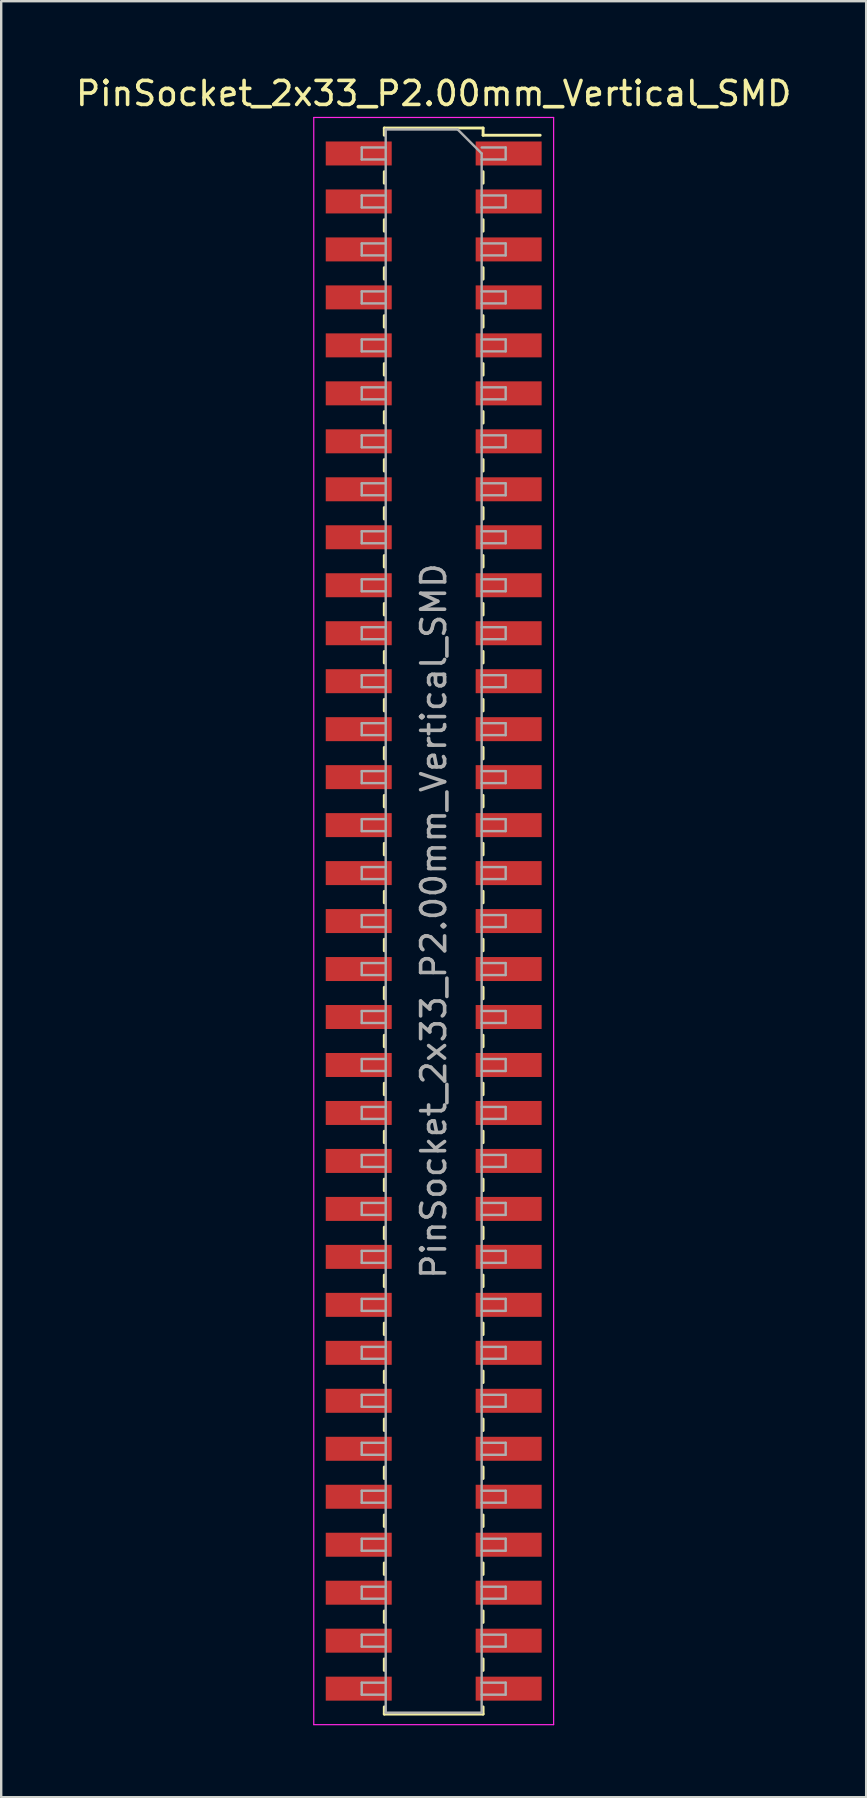
<source format=kicad_pcb>
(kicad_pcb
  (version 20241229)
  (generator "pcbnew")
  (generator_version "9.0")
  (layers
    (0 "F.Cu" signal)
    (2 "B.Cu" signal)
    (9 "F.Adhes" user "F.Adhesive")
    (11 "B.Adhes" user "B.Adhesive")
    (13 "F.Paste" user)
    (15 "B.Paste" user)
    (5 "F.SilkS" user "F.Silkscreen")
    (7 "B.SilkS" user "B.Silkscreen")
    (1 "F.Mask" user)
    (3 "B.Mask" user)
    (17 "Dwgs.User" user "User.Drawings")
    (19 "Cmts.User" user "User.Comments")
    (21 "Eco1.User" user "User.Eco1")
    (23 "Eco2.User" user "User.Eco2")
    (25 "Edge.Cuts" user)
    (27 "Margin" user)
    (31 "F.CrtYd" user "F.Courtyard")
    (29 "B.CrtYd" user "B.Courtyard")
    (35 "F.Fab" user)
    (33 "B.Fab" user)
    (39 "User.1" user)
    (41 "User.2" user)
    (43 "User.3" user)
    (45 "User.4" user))
  (footprint "PinSocket_2x33_P2.00mm_Vertical_SMD"
    (layer "F.Cu")
    (at 15.03 35.348)
    (property "Reference" "PinSocket_2x33_P2.00mm_Vertical_SMD" (at 0 -34.5 0) (layer "F.SilkS") (effects (font (size 1 1) (thickness 0.15))))
    (attr smd)
    (fp_line (start -2.06 -33.06) (end -2.06 -32.76) (stroke (width 0.12) (type solid)) (layer "F.SilkS"))
    (fp_line (start -2.06 -33.06) (end 2.06 -33.06) (stroke (width 0.12) (type solid)) (layer "F.SilkS"))
    (fp_line (start -2.06 -31.24) (end -2.06 -30.76) (stroke (width 0.12) (type solid)) (layer "F.SilkS"))
    (fp_line (start -2.06 -29.24) (end -2.06 -28.76) (stroke (width 0.12) (type solid)) (layer "F.SilkS"))
    (fp_line (start -2.06 -27.24) (end -2.06 -26.76) (stroke (width 0.12) (type solid)) (layer "F.SilkS"))
    (fp_line (start -2.06 -25.24) (end -2.06 -24.76) (stroke (width 0.12) (type solid)) (layer "F.SilkS"))
    (fp_line (start -2.06 -23.24) (end -2.06 -22.76) (stroke (width 0.12) (type solid)) (layer "F.SilkS"))
    (fp_line (start -2.06 -21.24) (end -2.06 -20.76) (stroke (width 0.12) (type solid)) (layer "F.SilkS"))
    (fp_line (start -2.06 -19.24) (end -2.06 -18.76) (stroke (width 0.12) (type solid)) (layer "F.SilkS"))
    (fp_line (start -2.06 -17.24) (end -2.06 -16.76) (stroke (width 0.12) (type solid)) (layer "F.SilkS"))
    (fp_line (start -2.06 -15.24) (end -2.06 -14.76) (stroke (width 0.12) (type solid)) (layer "F.SilkS"))
    (fp_line (start -2.06 -13.24) (end -2.06 -12.76) (stroke (width 0.12) (type solid)) (layer "F.SilkS"))
    (fp_line (start -2.06 -11.24) (end -2.06 -10.76) (stroke (width 0.12) (type solid)) (layer "F.SilkS"))
    (fp_line (start -2.06 -9.24) (end -2.06 -8.76) (stroke (width 0.12) (type solid)) (layer "F.SilkS"))
    (fp_line (start -2.06 -7.24) (end -2.06 -6.76) (stroke (width 0.12) (type solid)) (layer "F.SilkS"))
    (fp_line (start -2.06 -5.24) (end -2.06 -4.76) (stroke (width 0.12) (type solid)) (layer "F.SilkS"))
    (fp_line (start -2.06 -3.24) (end -2.06 -2.76) (stroke (width 0.12) (type solid)) (layer "F.SilkS"))
    (fp_line (start -2.06 -1.24) (end -2.06 -0.76) (stroke (width 0.12) (type solid)) (layer "F.SilkS"))
    (fp_line (start -2.06 0.76) (end -2.06 1.24) (stroke (width 0.12) (type solid)) (layer "F.SilkS"))
    (fp_line (start -2.06 2.76) (end -2.06 3.24) (stroke (width 0.12) (type solid)) (layer "F.SilkS"))
    (fp_line (start -2.06 4.76) (end -2.06 5.24) (stroke (width 0.12) (type solid)) (layer "F.SilkS"))
    (fp_line (start -2.06 6.76) (end -2.06 7.24) (stroke (width 0.12) (type solid)) (layer "F.SilkS"))
    (fp_line (start -2.06 8.76) (end -2.06 9.24) (stroke (width 0.12) (type solid)) (layer "F.SilkS"))
    (fp_line (start -2.06 10.76) (end -2.06 11.24) (stroke (width 0.12) (type solid)) (layer "F.SilkS"))
    (fp_line (start -2.06 12.76) (end -2.06 13.24) (stroke (width 0.12) (type solid)) (layer "F.SilkS"))
    (fp_line (start -2.06 14.76) (end -2.06 15.24) (stroke (width 0.12) (type solid)) (layer "F.SilkS"))
    (fp_line (start -2.06 16.76) (end -2.06 17.24) (stroke (width 0.12) (type solid)) (layer "F.SilkS"))
    (fp_line (start -2.06 18.76) (end -2.06 19.24) (stroke (width 0.12) (type solid)) (layer "F.SilkS"))
    (fp_line (start -2.06 20.76) (end -2.06 21.24) (stroke (width 0.12) (type solid)) (layer "F.SilkS"))
    (fp_line (start -2.06 22.76) (end -2.06 23.24) (stroke (width 0.12) (type solid)) (layer "F.SilkS"))
    (fp_line (start -2.06 24.76) (end -2.06 25.24) (stroke (width 0.12) (type solid)) (layer "F.SilkS"))
    (fp_line (start -2.06 26.76) (end -2.06 27.24) (stroke (width 0.12) (type solid)) (layer "F.SilkS"))
    (fp_line (start -2.06 28.76) (end -2.06 29.24) (stroke (width 0.12) (type solid)) (layer "F.SilkS"))
    (fp_line (start -2.06 30.76) (end -2.06 31.24) (stroke (width 0.12) (type solid)) (layer "F.SilkS"))
    (fp_line (start -2.06 32.76) (end -2.06 33.06) (stroke (width 0.12) (type solid)) (layer "F.SilkS"))
    (fp_line (start -2.06 33.06) (end 2.06 33.06) (stroke (width 0.12) (type solid)) (layer "F.SilkS"))
    (fp_line (start 2.06 -33.06) (end 2.06 -32.76) (stroke (width 0.12) (type solid)) (layer "F.SilkS"))
    (fp_line (start 2.06 -32.76) (end 4.44 -32.76) (stroke (width 0.12) (type solid)) (layer "F.SilkS"))
    (fp_line (start 2.06 -31.24) (end 2.06 -30.76) (stroke (width 0.12) (type solid)) (layer "F.SilkS"))
    (fp_line (start 2.06 -29.24) (end 2.06 -28.76) (stroke (width 0.12) (type solid)) (layer "F.SilkS"))
    (fp_line (start 2.06 -27.24) (end 2.06 -26.76) (stroke (width 0.12) (type solid)) (layer "F.SilkS"))
    (fp_line (start 2.06 -25.24) (end 2.06 -24.76) (stroke (width 0.12) (type solid)) (layer "F.SilkS"))
    (fp_line (start 2.06 -23.24) (end 2.06 -22.76) (stroke (width 0.12) (type solid)) (layer "F.SilkS"))
    (fp_line (start 2.06 -21.24) (end 2.06 -20.76) (stroke (width 0.12) (type solid)) (layer "F.SilkS"))
    (fp_line (start 2.06 -19.24) (end 2.06 -18.76) (stroke (width 0.12) (type solid)) (layer "F.SilkS"))
    (fp_line (start 2.06 -17.24) (end 2.06 -16.76) (stroke (width 0.12) (type solid)) (layer "F.SilkS"))
    (fp_line (start 2.06 -15.24) (end 2.06 -14.76) (stroke (width 0.12) (type solid)) (layer "F.SilkS"))
    (fp_line (start 2.06 -13.24) (end 2.06 -12.76) (stroke (width 0.12) (type solid)) (layer "F.SilkS"))
    (fp_line (start 2.06 -11.24) (end 2.06 -10.76) (stroke (width 0.12) (type solid)) (layer "F.SilkS"))
    (fp_line (start 2.06 -9.24) (end 2.06 -8.76) (stroke (width 0.12) (type solid)) (layer "F.SilkS"))
    (fp_line (start 2.06 -7.24) (end 2.06 -6.76) (stroke (width 0.12) (type solid)) (layer "F.SilkS"))
    (fp_line (start 2.06 -5.24) (end 2.06 -4.76) (stroke (width 0.12) (type solid)) (layer "F.SilkS"))
    (fp_line (start 2.06 -3.24) (end 2.06 -2.76) (stroke (width 0.12) (type solid)) (layer "F.SilkS"))
    (fp_line (start 2.06 -1.24) (end 2.06 -0.76) (stroke (width 0.12) (type solid)) (layer "F.SilkS"))
    (fp_line (start 2.06 0.76) (end 2.06 1.24) (stroke (width 0.12) (type solid)) (layer "F.SilkS"))
    (fp_line (start 2.06 2.76) (end 2.06 3.24) (stroke (width 0.12) (type solid)) (layer "F.SilkS"))
    (fp_line (start 2.06 4.76) (end 2.06 5.24) (stroke (width 0.12) (type solid)) (layer "F.SilkS"))
    (fp_line (start 2.06 6.76) (end 2.06 7.24) (stroke (width 0.12) (type solid)) (layer "F.SilkS"))
    (fp_line (start 2.06 8.76) (end 2.06 9.24) (stroke (width 0.12) (type solid)) (layer "F.SilkS"))
    (fp_line (start 2.06 10.76) (end 2.06 11.24) (stroke (width 0.12) (type solid)) (layer "F.SilkS"))
    (fp_line (start 2.06 12.76) (end 2.06 13.24) (stroke (width 0.12) (type solid)) (layer "F.SilkS"))
    (fp_line (start 2.06 14.76) (end 2.06 15.24) (stroke (width 0.12) (type solid)) (layer "F.SilkS"))
    (fp_line (start 2.06 16.76) (end 2.06 17.24) (stroke (width 0.12) (type solid)) (layer "F.SilkS"))
    (fp_line (start 2.06 18.76) (end 2.06 19.24) (stroke (width 0.12) (type solid)) (layer "F.SilkS"))
    (fp_line (start 2.06 20.76) (end 2.06 21.24) (stroke (width 0.12) (type solid)) (layer "F.SilkS"))
    (fp_line (start 2.06 22.76) (end 2.06 23.24) (stroke (width 0.12) (type solid)) (layer "F.SilkS"))
    (fp_line (start 2.06 24.76) (end 2.06 25.24) (stroke (width 0.12) (type solid)) (layer "F.SilkS"))
    (fp_line (start 2.06 26.76) (end 2.06 27.24) (stroke (width 0.12) (type solid)) (layer "F.SilkS"))
    (fp_line (start 2.06 28.76) (end 2.06 29.24) (stroke (width 0.12) (type solid)) (layer "F.SilkS"))
    (fp_line (start 2.06 30.76) (end 2.06 31.24) (stroke (width 0.12) (type solid)) (layer "F.SilkS"))
    (fp_line (start 2.06 32.76) (end 2.06 33.06) (stroke (width 0.12) (type solid)) (layer "F.SilkS"))
    (fp_line (start -5 -33.5) (end 5 -33.5) (stroke (width 0.05) (type solid)) (layer "F.CrtYd"))
    (fp_line (start -5 33.5) (end -5 -33.5) (stroke (width 0.05) (type solid)) (layer "F.CrtYd"))
    (fp_line (start 5 -33.5) (end 5 33.5) (stroke (width 0.05) (type solid)) (layer "F.CrtYd"))
    (fp_line (start 5 33.5) (end -5 33.5) (stroke (width 0.05) (type solid)) (layer "F.CrtYd"))
    (fp_line (start -3 -32.25) (end -2 -32.25) (stroke (width 0.1) (type solid)) (layer "F.Fab"))
    (fp_line (start -3 -31.75) (end -3 -32.25) (stroke (width 0.1) (type solid)) (layer "F.Fab"))
    (fp_line (start -3 -30.25) (end -2 -30.25) (stroke (width 0.1) (type solid)) (layer "F.Fab"))
    (fp_line (start -3 -29.75) (end -3 -30.25) (stroke (width 0.1) (type solid)) (layer "F.Fab"))
    (fp_line (start -3 -28.25) (end -2 -28.25) (stroke (width 0.1) (type solid)) (layer "F.Fab"))
    (fp_line (start -3 -27.75) (end -3 -28.25) (stroke (width 0.1) (type solid)) (layer "F.Fab"))
    (fp_line (start -3 -26.25) (end -2 -26.25) (stroke (width 0.1) (type solid)) (layer "F.Fab"))
    (fp_line (start -3 -25.75) (end -3 -26.25) (stroke (width 0.1) (type solid)) (layer "F.Fab"))
    (fp_line (start -3 -24.25) (end -2 -24.25) (stroke (width 0.1) (type solid)) (layer "F.Fab"))
    (fp_line (start -3 -23.75) (end -3 -24.25) (stroke (width 0.1) (type solid)) (layer "F.Fab"))
    (fp_line (start -3 -22.25) (end -2 -22.25) (stroke (width 0.1) (type solid)) (layer "F.Fab"))
    (fp_line (start -3 -21.75) (end -3 -22.25) (stroke (width 0.1) (type solid)) (layer "F.Fab"))
    (fp_line (start -3 -20.25) (end -2 -20.25) (stroke (width 0.1) (type solid)) (layer "F.Fab"))
    (fp_line (start -3 -19.75) (end -3 -20.25) (stroke (width 0.1) (type solid)) (layer "F.Fab"))
    (fp_line (start -3 -18.25) (end -2 -18.25) (stroke (width 0.1) (type solid)) (layer "F.Fab"))
    (fp_line (start -3 -17.75) (end -3 -18.25) (stroke (width 0.1) (type solid)) (layer "F.Fab"))
    (fp_line (start -3 -16.25) (end -2 -16.25) (stroke (width 0.1) (type solid)) (layer "F.Fab"))
    (fp_line (start -3 -15.75) (end -3 -16.25) (stroke (width 0.1) (type solid)) (layer "F.Fab"))
    (fp_line (start -3 -14.25) (end -2 -14.25) (stroke (width 0.1) (type solid)) (layer "F.Fab"))
    (fp_line (start -3 -13.75) (end -3 -14.25) (stroke (width 0.1) (type solid)) (layer "F.Fab"))
    (fp_line (start -3 -12.25) (end -2 -12.25) (stroke (width 0.1) (type solid)) (layer "F.Fab"))
    (fp_line (start -3 -11.75) (end -3 -12.25) (stroke (width 0.1) (type solid)) (layer "F.Fab"))
    (fp_line (start -3 -10.25) (end -2 -10.25) (stroke (width 0.1) (type solid)) (layer "F.Fab"))
    (fp_line (start -3 -9.75) (end -3 -10.25) (stroke (width 0.1) (type solid)) (layer "F.Fab"))
    (fp_line (start -3 -8.25) (end -2 -8.25) (stroke (width 0.1) (type solid)) (layer "F.Fab"))
    (fp_line (start -3 -7.75) (end -3 -8.25) (stroke (width 0.1) (type solid)) (layer "F.Fab"))
    (fp_line (start -3 -6.25) (end -2 -6.25) (stroke (width 0.1) (type solid)) (layer "F.Fab"))
    (fp_line (start -3 -5.75) (end -3 -6.25) (stroke (width 0.1) (type solid)) (layer "F.Fab"))
    (fp_line (start -3 -4.25) (end -2 -4.25) (stroke (width 0.1) (type solid)) (layer "F.Fab"))
    (fp_line (start -3 -3.75) (end -3 -4.25) (stroke (width 0.1) (type solid)) (layer "F.Fab"))
    (fp_line (start -3 -2.25) (end -2 -2.25) (stroke (width 0.1) (type solid)) (layer "F.Fab"))
    (fp_line (start -3 -1.75) (end -3 -2.25) (stroke (width 0.1) (type solid)) (layer "F.Fab"))
    (fp_line (start -3 -0.25) (end -2 -0.25) (stroke (width 0.1) (type solid)) (layer "F.Fab"))
    (fp_line (start -3 0.25) (end -3 -0.25) (stroke (width 0.1) (type solid)) (layer "F.Fab"))
    (fp_line (start -3 1.75) (end -2 1.75) (stroke (width 0.1) (type solid)) (layer "F.Fab"))
    (fp_line (start -3 2.25) (end -3 1.75) (stroke (width 0.1) (type solid)) (layer "F.Fab"))
    (fp_line (start -3 3.75) (end -2 3.75) (stroke (width 0.1) (type solid)) (layer "F.Fab"))
    (fp_line (start -3 4.25) (end -3 3.75) (stroke (width 0.1) (type solid)) (layer "F.Fab"))
    (fp_line (start -3 5.75) (end -2 5.75) (stroke (width 0.1) (type solid)) (layer "F.Fab"))
    (fp_line (start -3 6.25) (end -3 5.75) (stroke (width 0.1) (type solid)) (layer "F.Fab"))
    (fp_line (start -3 7.75) (end -2 7.75) (stroke (width 0.1) (type solid)) (layer "F.Fab"))
    (fp_line (start -3 8.25) (end -3 7.75) (stroke (width 0.1) (type solid)) (layer "F.Fab"))
    (fp_line (start -3 9.75) (end -2 9.75) (stroke (width 0.1) (type solid)) (layer "F.Fab"))
    (fp_line (start -3 10.25) (end -3 9.75) (stroke (width 0.1) (type solid)) (layer "F.Fab"))
    (fp_line (start -3 11.75) (end -2 11.75) (stroke (width 0.1) (type solid)) (layer "F.Fab"))
    (fp_line (start -3 12.25) (end -3 11.75) (stroke (width 0.1) (type solid)) (layer "F.Fab"))
    (fp_line (start -3 13.75) (end -2 13.75) (stroke (width 0.1) (type solid)) (layer "F.Fab"))
    (fp_line (start -3 14.25) (end -3 13.75) (stroke (width 0.1) (type solid)) (layer "F.Fab"))
    (fp_line (start -3 15.75) (end -2 15.75) (stroke (width 0.1) (type solid)) (layer "F.Fab"))
    (fp_line (start -3 16.25) (end -3 15.75) (stroke (width 0.1) (type solid)) (layer "F.Fab"))
    (fp_line (start -3 17.75) (end -2 17.75) (stroke (width 0.1) (type solid)) (layer "F.Fab"))
    (fp_line (start -3 18.25) (end -3 17.75) (stroke (width 0.1) (type solid)) (layer "F.Fab"))
    (fp_line (start -3 19.75) (end -2 19.75) (stroke (width 0.1) (type solid)) (layer "F.Fab"))
    (fp_line (start -3 20.25) (end -3 19.75) (stroke (width 0.1) (type solid)) (layer "F.Fab"))
    (fp_line (start -3 21.75) (end -2 21.75) (stroke (width 0.1) (type solid)) (layer "F.Fab"))
    (fp_line (start -3 22.25) (end -3 21.75) (stroke (width 0.1) (type solid)) (layer "F.Fab"))
    (fp_line (start -3 23.75) (end -2 23.75) (stroke (width 0.1) (type solid)) (layer "F.Fab"))
    (fp_line (start -3 24.25) (end -3 23.75) (stroke (width 0.1) (type solid)) (layer "F.Fab"))
    (fp_line (start -3 25.75) (end -2 25.75) (stroke (width 0.1) (type solid)) (layer "F.Fab"))
    (fp_line (start -3 26.25) (end -3 25.75) (stroke (width 0.1) (type solid)) (layer "F.Fab"))
    (fp_line (start -3 27.75) (end -2 27.75) (stroke (width 0.1) (type solid)) (layer "F.Fab"))
    (fp_line (start -3 28.25) (end -3 27.75) (stroke (width 0.1) (type solid)) (layer "F.Fab"))
    (fp_line (start -3 29.75) (end -2 29.75) (stroke (width 0.1) (type solid)) (layer "F.Fab"))
    (fp_line (start -3 30.25) (end -3 29.75) (stroke (width 0.1) (type solid)) (layer "F.Fab"))
    (fp_line (start -3 31.75) (end -2 31.75) (stroke (width 0.1) (type solid)) (layer "F.Fab"))
    (fp_line (start -3 32.25) (end -3 31.75) (stroke (width 0.1) (type solid)) (layer "F.Fab"))
    (fp_line (start -2 -33) (end 1 -33) (stroke (width 0.1) (type solid)) (layer "F.Fab"))
    (fp_line (start -2 -31.75) (end -3 -31.75) (stroke (width 0.1) (type solid)) (layer "F.Fab"))
    (fp_line (start -2 -29.75) (end -3 -29.75) (stroke (width 0.1) (type solid)) (layer "F.Fab"))
    (fp_line (start -2 -27.75) (end -3 -27.75) (stroke (width 0.1) (type solid)) (layer "F.Fab"))
    (fp_line (start -2 -25.75) (end -3 -25.75) (stroke (width 0.1) (type solid)) (layer "F.Fab"))
    (fp_line (start -2 -23.75) (end -3 -23.75) (stroke (width 0.1) (type solid)) (layer "F.Fab"))
    (fp_line (start -2 -21.75) (end -3 -21.75) (stroke (width 0.1) (type solid)) (layer "F.Fab"))
    (fp_line (start -2 -19.75) (end -3 -19.75) (stroke (width 0.1) (type solid)) (layer "F.Fab"))
    (fp_line (start -2 -17.75) (end -3 -17.75) (stroke (width 0.1) (type solid)) (layer "F.Fab"))
    (fp_line (start -2 -15.75) (end -3 -15.75) (stroke (width 0.1) (type solid)) (layer "F.Fab"))
    (fp_line (start -2 -13.75) (end -3 -13.75) (stroke (width 0.1) (type solid)) (layer "F.Fab"))
    (fp_line (start -2 -11.75) (end -3 -11.75) (stroke (width 0.1) (type solid)) (layer "F.Fab"))
    (fp_line (start -2 -9.75) (end -3 -9.75) (stroke (width 0.1) (type solid)) (layer "F.Fab"))
    (fp_line (start -2 -7.75) (end -3 -7.75) (stroke (width 0.1) (type solid)) (layer "F.Fab"))
    (fp_line (start -2 -5.75) (end -3 -5.75) (stroke (width 0.1) (type solid)) (layer "F.Fab"))
    (fp_line (start -2 -3.75) (end -3 -3.75) (stroke (width 0.1) (type solid)) (layer "F.Fab"))
    (fp_line (start -2 -1.75) (end -3 -1.75) (stroke (width 0.1) (type solid)) (layer "F.Fab"))
    (fp_line (start -2 0.25) (end -3 0.25) (stroke (width 0.1) (type solid)) (layer "F.Fab"))
    (fp_line (start -2 2.25) (end -3 2.25) (stroke (width 0.1) (type solid)) (layer "F.Fab"))
    (fp_line (start -2 4.25) (end -3 4.25) (stroke (width 0.1) (type solid)) (layer "F.Fab"))
    (fp_line (start -2 6.25) (end -3 6.25) (stroke (width 0.1) (type solid)) (layer "F.Fab"))
    (fp_line (start -2 8.25) (end -3 8.25) (stroke (width 0.1) (type solid)) (layer "F.Fab"))
    (fp_line (start -2 10.25) (end -3 10.25) (stroke (width 0.1) (type solid)) (layer "F.Fab"))
    (fp_line (start -2 12.25) (end -3 12.25) (stroke (width 0.1) (type solid)) (layer "F.Fab"))
    (fp_line (start -2 14.25) (end -3 14.25) (stroke (width 0.1) (type solid)) (layer "F.Fab"))
    (fp_line (start -2 16.25) (end -3 16.25) (stroke (width 0.1) (type solid)) (layer "F.Fab"))
    (fp_line (start -2 18.25) (end -3 18.25) (stroke (width 0.1) (type solid)) (layer "F.Fab"))
    (fp_line (start -2 20.25) (end -3 20.25) (stroke (width 0.1) (type solid)) (layer "F.Fab"))
    (fp_line (start -2 22.25) (end -3 22.25) (stroke (width 0.1) (type solid)) (layer "F.Fab"))
    (fp_line (start -2 24.25) (end -3 24.25) (stroke (width 0.1) (type solid)) (layer "F.Fab"))
    (fp_line (start -2 26.25) (end -3 26.25) (stroke (width 0.1) (type solid)) (layer "F.Fab"))
    (fp_line (start -2 28.25) (end -3 28.25) (stroke (width 0.1) (type solid)) (layer "F.Fab"))
    (fp_line (start -2 30.25) (end -3 30.25) (stroke (width 0.1) (type solid)) (layer "F.Fab"))
    (fp_line (start -2 32.25) (end -3 32.25) (stroke (width 0.1) (type solid)) (layer "F.Fab"))
    (fp_line (start -2 33) (end -2 -33) (stroke (width 0.1) (type solid)) (layer "F.Fab"))
    (fp_line (start 1 -33) (end 2 -32) (stroke (width 0.1) (type solid)) (layer "F.Fab"))
    (fp_line (start 2 -32.25) (end 3 -32.25) (stroke (width 0.1) (type solid)) (layer "F.Fab"))
    (fp_line (start 2 -32) (end 2 33) (stroke (width 0.1) (type solid)) (layer "F.Fab"))
    (fp_line (start 2 -30.25) (end 3 -30.25) (stroke (width 0.1) (type solid)) (layer "F.Fab"))
    (fp_line (start 2 -28.25) (end 3 -28.25) (stroke (width 0.1) (type solid)) (layer "F.Fab"))
    (fp_line (start 2 -26.25) (end 3 -26.25) (stroke (width 0.1) (type solid)) (layer "F.Fab"))
    (fp_line (start 2 -24.25) (end 3 -24.25) (stroke (width 0.1) (type solid)) (layer "F.Fab"))
    (fp_line (start 2 -22.25) (end 3 -22.25) (stroke (width 0.1) (type solid)) (layer "F.Fab"))
    (fp_line (start 2 -20.25) (end 3 -20.25) (stroke (width 0.1) (type solid)) (layer "F.Fab"))
    (fp_line (start 2 -18.25) (end 3 -18.25) (stroke (width 0.1) (type solid)) (layer "F.Fab"))
    (fp_line (start 2 -16.25) (end 3 -16.25) (stroke (width 0.1) (type solid)) (layer "F.Fab"))
    (fp_line (start 2 -14.25) (end 3 -14.25) (stroke (width 0.1) (type solid)) (layer "F.Fab"))
    (fp_line (start 2 -12.25) (end 3 -12.25) (stroke (width 0.1) (type solid)) (layer "F.Fab"))
    (fp_line (start 2 -10.25) (end 3 -10.25) (stroke (width 0.1) (type solid)) (layer "F.Fab"))
    (fp_line (start 2 -8.25) (end 3 -8.25) (stroke (width 0.1) (type solid)) (layer "F.Fab"))
    (fp_line (start 2 -6.25) (end 3 -6.25) (stroke (width 0.1) (type solid)) (layer "F.Fab"))
    (fp_line (start 2 -4.25) (end 3 -4.25) (stroke (width 0.1) (type solid)) (layer "F.Fab"))
    (fp_line (start 2 -2.25) (end 3 -2.25) (stroke (width 0.1) (type solid)) (layer "F.Fab"))
    (fp_line (start 2 -0.25) (end 3 -0.25) (stroke (width 0.1) (type solid)) (layer "F.Fab"))
    (fp_line (start 2 1.75) (end 3 1.75) (stroke (width 0.1) (type solid)) (layer "F.Fab"))
    (fp_line (start 2 3.75) (end 3 3.75) (stroke (width 0.1) (type solid)) (layer "F.Fab"))
    (fp_line (start 2 5.75) (end 3 5.75) (stroke (width 0.1) (type solid)) (layer "F.Fab"))
    (fp_line (start 2 7.75) (end 3 7.75) (stroke (width 0.1) (type solid)) (layer "F.Fab"))
    (fp_line (start 2 9.75) (end 3 9.75) (stroke (width 0.1) (type solid)) (layer "F.Fab"))
    (fp_line (start 2 11.75) (end 3 11.75) (stroke (width 0.1) (type solid)) (layer "F.Fab"))
    (fp_line (start 2 13.75) (end 3 13.75) (stroke (width 0.1) (type solid)) (layer "F.Fab"))
    (fp_line (start 2 15.75) (end 3 15.75) (stroke (width 0.1) (type solid)) (layer "F.Fab"))
    (fp_line (start 2 17.75) (end 3 17.75) (stroke (width 0.1) (type solid)) (layer "F.Fab"))
    (fp_line (start 2 19.75) (end 3 19.75) (stroke (width 0.1) (type solid)) (layer "F.Fab"))
    (fp_line (start 2 21.75) (end 3 21.75) (stroke (width 0.1) (type solid)) (layer "F.Fab"))
    (fp_line (start 2 23.75) (end 3 23.75) (stroke (width 0.1) (type solid)) (layer "F.Fab"))
    (fp_line (start 2 25.75) (end 3 25.75) (stroke (width 0.1) (type solid)) (layer "F.Fab"))
    (fp_line (start 2 27.75) (end 3 27.75) (stroke (width 0.1) (type solid)) (layer "F.Fab"))
    (fp_line (start 2 29.75) (end 3 29.75) (stroke (width 0.1) (type solid)) (layer "F.Fab"))
    (fp_line (start 2 31.75) (end 3 31.75) (stroke (width 0.1) (type solid)) (layer "F.Fab"))
    (fp_line (start 2 33) (end -2 33) (stroke (width 0.1) (type solid)) (layer "F.Fab"))
    (fp_line (start 3 -32.25) (end 3 -31.75) (stroke (width 0.1) (type solid)) (layer "F.Fab"))
    (fp_line (start 3 -31.75) (end 2 -31.75) (stroke (width 0.1) (type solid)) (layer "F.Fab"))
    (fp_line (start 3 -30.25) (end 3 -29.75) (stroke (width 0.1) (type solid)) (layer "F.Fab"))
    (fp_line (start 3 -29.75) (end 2 -29.75) (stroke (width 0.1) (type solid)) (layer "F.Fab"))
    (fp_line (start 3 -28.25) (end 3 -27.75) (stroke (width 0.1) (type solid)) (layer "F.Fab"))
    (fp_line (start 3 -27.75) (end 2 -27.75) (stroke (width 0.1) (type solid)) (layer "F.Fab"))
    (fp_line (start 3 -26.25) (end 3 -25.75) (stroke (width 0.1) (type solid)) (layer "F.Fab"))
    (fp_line (start 3 -25.75) (end 2 -25.75) (stroke (width 0.1) (type solid)) (layer "F.Fab"))
    (fp_line (start 3 -24.25) (end 3 -23.75) (stroke (width 0.1) (type solid)) (layer "F.Fab"))
    (fp_line (start 3 -23.75) (end 2 -23.75) (stroke (width 0.1) (type solid)) (layer "F.Fab"))
    (fp_line (start 3 -22.25) (end 3 -21.75) (stroke (width 0.1) (type solid)) (layer "F.Fab"))
    (fp_line (start 3 -21.75) (end 2 -21.75) (stroke (width 0.1) (type solid)) (layer "F.Fab"))
    (fp_line (start 3 -20.25) (end 3 -19.75) (stroke (width 0.1) (type solid)) (layer "F.Fab"))
    (fp_line (start 3 -19.75) (end 2 -19.75) (stroke (width 0.1) (type solid)) (layer "F.Fab"))
    (fp_line (start 3 -18.25) (end 3 -17.75) (stroke (width 0.1) (type solid)) (layer "F.Fab"))
    (fp_line (start 3 -17.75) (end 2 -17.75) (stroke (width 0.1) (type solid)) (layer "F.Fab"))
    (fp_line (start 3 -16.25) (end 3 -15.75) (stroke (width 0.1) (type solid)) (layer "F.Fab"))
    (fp_line (start 3 -15.75) (end 2 -15.75) (stroke (width 0.1) (type solid)) (layer "F.Fab"))
    (fp_line (start 3 -14.25) (end 3 -13.75) (stroke (width 0.1) (type solid)) (layer "F.Fab"))
    (fp_line (start 3 -13.75) (end 2 -13.75) (stroke (width 0.1) (type solid)) (layer "F.Fab"))
    (fp_line (start 3 -12.25) (end 3 -11.75) (stroke (width 0.1) (type solid)) (layer "F.Fab"))
    (fp_line (start 3 -11.75) (end 2 -11.75) (stroke (width 0.1) (type solid)) (layer "F.Fab"))
    (fp_line (start 3 -10.25) (end 3 -9.75) (stroke (width 0.1) (type solid)) (layer "F.Fab"))
    (fp_line (start 3 -9.75) (end 2 -9.75) (stroke (width 0.1) (type solid)) (layer "F.Fab"))
    (fp_line (start 3 -8.25) (end 3 -7.75) (stroke (width 0.1) (type solid)) (layer "F.Fab"))
    (fp_line (start 3 -7.75) (end 2 -7.75) (stroke (width 0.1) (type solid)) (layer "F.Fab"))
    (fp_line (start 3 -6.25) (end 3 -5.75) (stroke (width 0.1) (type solid)) (layer "F.Fab"))
    (fp_line (start 3 -5.75) (end 2 -5.75) (stroke (width 0.1) (type solid)) (layer "F.Fab"))
    (fp_line (start 3 -4.25) (end 3 -3.75) (stroke (width 0.1) (type solid)) (layer "F.Fab"))
    (fp_line (start 3 -3.75) (end 2 -3.75) (stroke (width 0.1) (type solid)) (layer "F.Fab"))
    (fp_line (start 3 -2.25) (end 3 -1.75) (stroke (width 0.1) (type solid)) (layer "F.Fab"))
    (fp_line (start 3 -1.75) (end 2 -1.75) (stroke (width 0.1) (type solid)) (layer "F.Fab"))
    (fp_line (start 3 -0.25) (end 3 0.25) (stroke (width 0.1) (type solid)) (layer "F.Fab"))
    (fp_line (start 3 0.25) (end 2 0.25) (stroke (width 0.1) (type solid)) (layer "F.Fab"))
    (fp_line (start 3 1.75) (end 3 2.25) (stroke (width 0.1) (type solid)) (layer "F.Fab"))
    (fp_line (start 3 2.25) (end 2 2.25) (stroke (width 0.1) (type solid)) (layer "F.Fab"))
    (fp_line (start 3 3.75) (end 3 4.25) (stroke (width 0.1) (type solid)) (layer "F.Fab"))
    (fp_line (start 3 4.25) (end 2 4.25) (stroke (width 0.1) (type solid)) (layer "F.Fab"))
    (fp_line (start 3 5.75) (end 3 6.25) (stroke (width 0.1) (type solid)) (layer "F.Fab"))
    (fp_line (start 3 6.25) (end 2 6.25) (stroke (width 0.1) (type solid)) (layer "F.Fab"))
    (fp_line (start 3 7.75) (end 3 8.25) (stroke (width 0.1) (type solid)) (layer "F.Fab"))
    (fp_line (start 3 8.25) (end 2 8.25) (stroke (width 0.1) (type solid)) (layer "F.Fab"))
    (fp_line (start 3 9.75) (end 3 10.25) (stroke (width 0.1) (type solid)) (layer "F.Fab"))
    (fp_line (start 3 10.25) (end 2 10.25) (stroke (width 0.1) (type solid)) (layer "F.Fab"))
    (fp_line (start 3 11.75) (end 3 12.25) (stroke (width 0.1) (type solid)) (layer "F.Fab"))
    (fp_line (start 3 12.25) (end 2 12.25) (stroke (width 0.1) (type solid)) (layer "F.Fab"))
    (fp_line (start 3 13.75) (end 3 14.25) (stroke (width 0.1) (type solid)) (layer "F.Fab"))
    (fp_line (start 3 14.25) (end 2 14.25) (stroke (width 0.1) (type solid)) (layer "F.Fab"))
    (fp_line (start 3 15.75) (end 3 16.25) (stroke (width 0.1) (type solid)) (layer "F.Fab"))
    (fp_line (start 3 16.25) (end 2 16.25) (stroke (width 0.1) (type solid)) (layer "F.Fab"))
    (fp_line (start 3 17.75) (end 3 18.25) (stroke (width 0.1) (type solid)) (layer "F.Fab"))
    (fp_line (start 3 18.25) (end 2 18.25) (stroke (width 0.1) (type solid)) (layer "F.Fab"))
    (fp_line (start 3 19.75) (end 3 20.25) (stroke (width 0.1) (type solid)) (layer "F.Fab"))
    (fp_line (start 3 20.25) (end 2 20.25) (stroke (width 0.1) (type solid)) (layer "F.Fab"))
    (fp_line (start 3 21.75) (end 3 22.25) (stroke (width 0.1) (type solid)) (layer "F.Fab"))
    (fp_line (start 3 22.25) (end 2 22.25) (stroke (width 0.1) (type solid)) (layer "F.Fab"))
    (fp_line (start 3 23.75) (end 3 24.25) (stroke (width 0.1) (type solid)) (layer "F.Fab"))
    (fp_line (start 3 24.25) (end 2 24.25) (stroke (width 0.1) (type solid)) (layer "F.Fab"))
    (fp_line (start 3 25.75) (end 3 26.25) (stroke (width 0.1) (type solid)) (layer "F.Fab"))
    (fp_line (start 3 26.25) (end 2 26.25) (stroke (width 0.1) (type solid)) (layer "F.Fab"))
    (fp_line (start 3 27.75) (end 3 28.25) (stroke (width 0.1) (type solid)) (layer "F.Fab"))
    (fp_line (start 3 28.25) (end 2 28.25) (stroke (width 0.1) (type solid)) (layer "F.Fab"))
    (fp_line (start 3 29.75) (end 3 30.25) (stroke (width 0.1) (type solid)) (layer "F.Fab"))
    (fp_line (start 3 30.25) (end 2 30.25) (stroke (width 0.1) (type solid)) (layer "F.Fab"))
    (fp_line (start 3 31.75) (end 3 32.25) (stroke (width 0.1) (type solid)) (layer "F.Fab"))
    (fp_line (start 3 32.25) (end 2 32.25) (stroke (width 0.1) (type solid)) (layer "F.Fab"))
    (fp_text user "${REFERENCE}" (at 0 0 90) (layer "F.Fab") (effects (font (size 1 1) (thickness 0.15))))
    (pad "1" smd rect (at 3.125 -32) (size 2.75 1) (layers "F.Cu" "F.Mask" "F.Paste"))
    (pad "2" smd rect (at -3.125 -32) (size 2.75 1) (layers "F.Cu" "F.Mask" "F.Paste"))
    (pad "3" smd rect (at 3.125 -30) (size 2.75 1) (layers "F.Cu" "F.Mask" "F.Paste"))
    (pad "4" smd rect (at -3.125 -30) (size 2.75 1) (layers "F.Cu" "F.Mask" "F.Paste"))
    (pad "5" smd rect (at 3.125 -28) (size 2.75 1) (layers "F.Cu" "F.Mask" "F.Paste"))
    (pad "6" smd rect (at -3.125 -28) (size 2.75 1) (layers "F.Cu" "F.Mask" "F.Paste"))
    (pad "7" smd rect (at 3.125 -26) (size 2.75 1) (layers "F.Cu" "F.Mask" "F.Paste"))
    (pad "8" smd rect (at -3.125 -26) (size 2.75 1) (layers "F.Cu" "F.Mask" "F.Paste"))
    (pad "9" smd rect (at 3.125 -24) (size 2.75 1) (layers "F.Cu" "F.Mask" "F.Paste"))
    (pad "10" smd rect (at -3.125 -24) (size 2.75 1) (layers "F.Cu" "F.Mask" "F.Paste"))
    (pad "11" smd rect (at 3.125 -22) (size 2.75 1) (layers "F.Cu" "F.Mask" "F.Paste"))
    (pad "12" smd rect (at -3.125 -22) (size 2.75 1) (layers "F.Cu" "F.Mask" "F.Paste"))
    (pad "13" smd rect (at 3.125 -20) (size 2.75 1) (layers "F.Cu" "F.Mask" "F.Paste"))
    (pad "14" smd rect (at -3.125 -20) (size 2.75 1) (layers "F.Cu" "F.Mask" "F.Paste"))
    (pad "15" smd rect (at 3.125 -18) (size 2.75 1) (layers "F.Cu" "F.Mask" "F.Paste"))
    (pad "16" smd rect (at -3.125 -18) (size 2.75 1) (layers "F.Cu" "F.Mask" "F.Paste"))
    (pad "17" smd rect (at 3.125 -16) (size 2.75 1) (layers "F.Cu" "F.Mask" "F.Paste"))
    (pad "18" smd rect (at -3.125 -16) (size 2.75 1) (layers "F.Cu" "F.Mask" "F.Paste"))
    (pad "19" smd rect (at 3.125 -14) (size 2.75 1) (layers "F.Cu" "F.Mask" "F.Paste"))
    (pad "20" smd rect (at -3.125 -14) (size 2.75 1) (layers "F.Cu" "F.Mask" "F.Paste"))
    (pad "21" smd rect (at 3.125 -12) (size 2.75 1) (layers "F.Cu" "F.Mask" "F.Paste"))
    (pad "22" smd rect (at -3.125 -12) (size 2.75 1) (layers "F.Cu" "F.Mask" "F.Paste"))
    (pad "23" smd rect (at 3.125 -10) (size 2.75 1) (layers "F.Cu" "F.Mask" "F.Paste"))
    (pad "24" smd rect (at -3.125 -10) (size 2.75 1) (layers "F.Cu" "F.Mask" "F.Paste"))
    (pad "25" smd rect (at 3.125 -8) (size 2.75 1) (layers "F.Cu" "F.Mask" "F.Paste"))
    (pad "26" smd rect (at -3.125 -8) (size 2.75 1) (layers "F.Cu" "F.Mask" "F.Paste"))
    (pad "27" smd rect (at 3.125 -6) (size 2.75 1) (layers "F.Cu" "F.Mask" "F.Paste"))
    (pad "28" smd rect (at -3.125 -6) (size 2.75 1) (layers "F.Cu" "F.Mask" "F.Paste"))
    (pad "29" smd rect (at 3.125 -4) (size 2.75 1) (layers "F.Cu" "F.Mask" "F.Paste"))
    (pad "30" smd rect (at -3.125 -4) (size 2.75 1) (layers "F.Cu" "F.Mask" "F.Paste"))
    (pad "31" smd rect (at 3.125 -2) (size 2.75 1) (layers "F.Cu" "F.Mask" "F.Paste"))
    (pad "32" smd rect (at -3.125 -2) (size 2.75 1) (layers "F.Cu" "F.Mask" "F.Paste"))
    (pad "33" smd rect (at 3.125 0) (size 2.75 1) (layers "F.Cu" "F.Mask" "F.Paste"))
    (pad "34" smd rect (at -3.125 0) (size 2.75 1) (layers "F.Cu" "F.Mask" "F.Paste"))
    (pad "35" smd rect (at 3.125 2) (size 2.75 1) (layers "F.Cu" "F.Mask" "F.Paste"))
    (pad "36" smd rect (at -3.125 2) (size 2.75 1) (layers "F.Cu" "F.Mask" "F.Paste"))
    (pad "37" smd rect (at 3.125 4) (size 2.75 1) (layers "F.Cu" "F.Mask" "F.Paste"))
    (pad "38" smd rect (at -3.125 4) (size 2.75 1) (layers "F.Cu" "F.Mask" "F.Paste"))
    (pad "39" smd rect (at 3.125 6) (size 2.75 1) (layers "F.Cu" "F.Mask" "F.Paste"))
    (pad "40" smd rect (at -3.125 6) (size 2.75 1) (layers "F.Cu" "F.Mask" "F.Paste"))
    (pad "41" smd rect (at 3.125 8) (size 2.75 1) (layers "F.Cu" "F.Mask" "F.Paste"))
    (pad "42" smd rect (at -3.125 8) (size 2.75 1) (layers "F.Cu" "F.Mask" "F.Paste"))
    (pad "43" smd rect (at 3.125 10) (size 2.75 1) (layers "F.Cu" "F.Mask" "F.Paste"))
    (pad "44" smd rect (at -3.125 10) (size 2.75 1) (layers "F.Cu" "F.Mask" "F.Paste"))
    (pad "45" smd rect (at 3.125 12) (size 2.75 1) (layers "F.Cu" "F.Mask" "F.Paste"))
    (pad "46" smd rect (at -3.125 12) (size 2.75 1) (layers "F.Cu" "F.Mask" "F.Paste"))
    (pad "47" smd rect (at 3.125 14) (size 2.75 1) (layers "F.Cu" "F.Mask" "F.Paste"))
    (pad "48" smd rect (at -3.125 14) (size 2.75 1) (layers "F.Cu" "F.Mask" "F.Paste"))
    (pad "49" smd rect (at 3.125 16) (size 2.75 1) (layers "F.Cu" "F.Mask" "F.Paste"))
    (pad "50" smd rect (at -3.125 16) (size 2.75 1) (layers "F.Cu" "F.Mask" "F.Paste"))
    (pad "51" smd rect (at 3.125 18) (size 2.75 1) (layers "F.Cu" "F.Mask" "F.Paste"))
    (pad "52" smd rect (at -3.125 18) (size 2.75 1) (layers "F.Cu" "F.Mask" "F.Paste"))
    (pad "53" smd rect (at 3.125 20) (size 2.75 1) (layers "F.Cu" "F.Mask" "F.Paste"))
    (pad "54" smd rect (at -3.125 20) (size 2.75 1) (layers "F.Cu" "F.Mask" "F.Paste"))
    (pad "55" smd rect (at 3.125 22) (size 2.75 1) (layers "F.Cu" "F.Mask" "F.Paste"))
    (pad "56" smd rect (at -3.125 22) (size 2.75 1) (layers "F.Cu" "F.Mask" "F.Paste"))
    (pad "57" smd rect (at 3.125 24) (size 2.75 1) (layers "F.Cu" "F.Mask" "F.Paste"))
    (pad "58" smd rect (at -3.125 24) (size 2.75 1) (layers "F.Cu" "F.Mask" "F.Paste"))
    (pad "59" smd rect (at 3.125 26) (size 2.75 1) (layers "F.Cu" "F.Mask" "F.Paste"))
    (pad "60" smd rect (at -3.125 26) (size 2.75 1) (layers "F.Cu" "F.Mask" "F.Paste"))
    (pad "61" smd rect (at 3.125 28) (size 2.75 1) (layers "F.Cu" "F.Mask" "F.Paste"))
    (pad "62" smd rect (at -3.125 28) (size 2.75 1) (layers "F.Cu" "F.Mask" "F.Paste"))
    (pad "63" smd rect (at 3.125 30) (size 2.75 1) (layers "F.Cu" "F.Mask" "F.Paste"))
    (pad "64" smd rect (at -3.125 30) (size 2.75 1) (layers "F.Cu" "F.Mask" "F.Paste"))
    (pad "65" smd rect (at 3.125 32) (size 2.75 1) (layers "F.Cu" "F.Mask" "F.Paste"))
    (pad "66" smd rect (at -3.125 32) (size 2.75 1) (layers "F.Cu" "F.Mask" "F.Paste")))
  (gr_rect
    (start -3 -3)
    (end 33.06 71.873)
    (stroke (width 0.1) (type default))
    (fill no)
    (layer "Edge.Cuts")))
</source>
